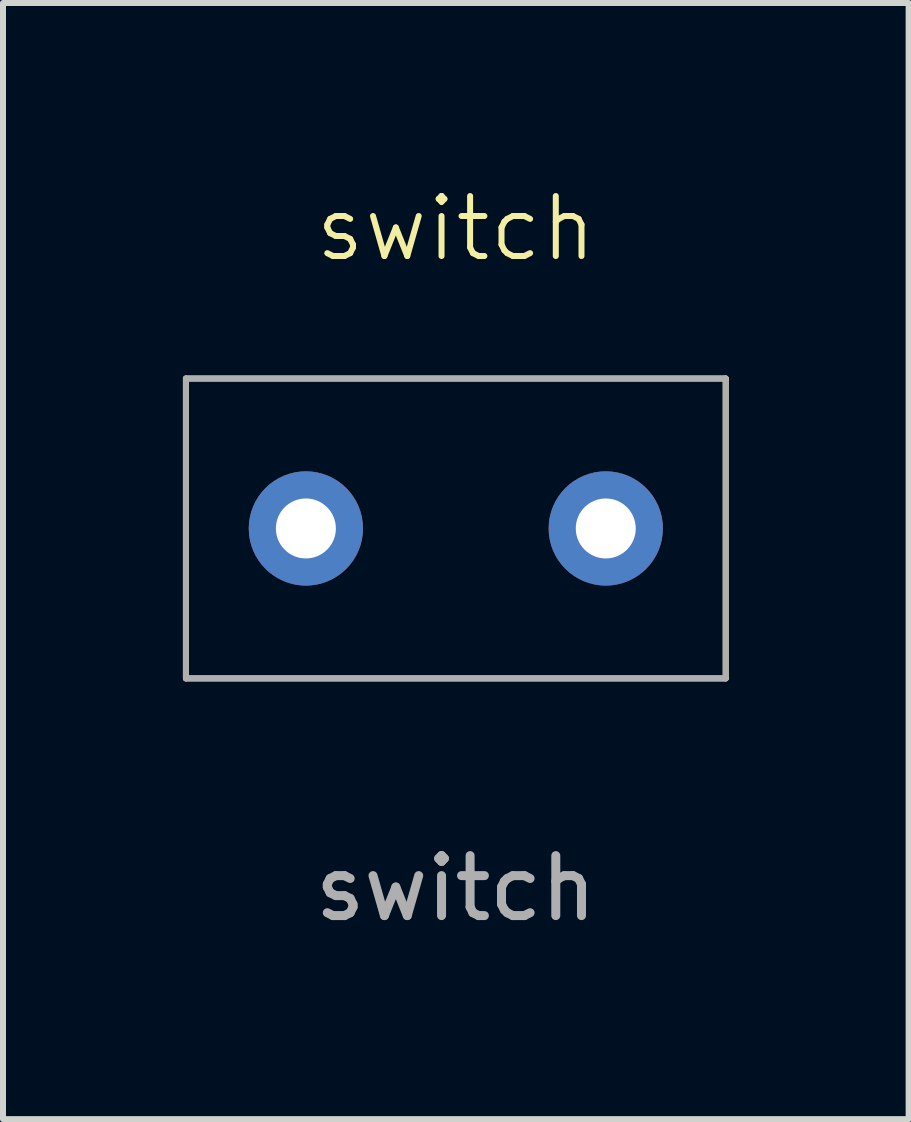
<source format=kicad_pcb>
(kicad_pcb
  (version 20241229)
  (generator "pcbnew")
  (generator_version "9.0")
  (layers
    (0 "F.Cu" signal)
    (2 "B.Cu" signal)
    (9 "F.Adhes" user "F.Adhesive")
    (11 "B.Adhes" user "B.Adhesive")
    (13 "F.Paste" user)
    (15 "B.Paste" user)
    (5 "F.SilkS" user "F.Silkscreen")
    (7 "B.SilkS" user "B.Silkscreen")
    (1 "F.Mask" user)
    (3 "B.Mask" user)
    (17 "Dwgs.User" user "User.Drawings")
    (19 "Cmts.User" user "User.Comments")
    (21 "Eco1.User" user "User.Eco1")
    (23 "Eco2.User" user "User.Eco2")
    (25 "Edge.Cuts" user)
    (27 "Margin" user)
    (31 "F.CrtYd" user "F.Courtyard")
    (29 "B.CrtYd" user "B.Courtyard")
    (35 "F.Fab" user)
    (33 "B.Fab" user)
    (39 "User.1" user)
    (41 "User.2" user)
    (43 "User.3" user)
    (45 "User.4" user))
  (footprint "switch"
    (layer "F.Cu")
    (at 4.55 5.761)
    (property "Reference" "switch" (at 0 -5 0) (unlocked yes) (layer "F.SilkS") (effects (font (size 1 1) (thickness 0.1))))
    (attr smd)
    (fp_line (start -4.5 -2.5) (end 4.5 -2.5) (stroke (width 0.1) (type default)) (layer "F.SilkS"))
    (fp_line (start -4.5 2.5) (end -4.5 -2.5) (stroke (width 0.1) (type default)) (layer "F.SilkS"))
    (fp_line (start 4.5 -2.5) (end 4.5 2.5) (stroke (width 0.1) (type default)) (layer "F.SilkS"))
    (fp_line (start 4.5 2.5) (end -4.5 2.5) (stroke (width 0.1) (type default)) (layer "F.SilkS"))
    (fp_rect (start -4.5 -2.5) (end 4.5 2.5) (stroke (width 0.1) (type default)) (fill no) (layer "F.Fab"))
    (fp_text user "${REFERENCE}" (at 0 6 0) (unlocked yes) (layer "F.Fab") (effects (font (size 1 1) (thickness 0.15))))
    (pad "1" thru_hole circle (at -2.5 0) (size 1.905 1.905) (drill 1) (layers "*.Cu" "*.Mask"))
    (pad "2" thru_hole circle (at 2.5 0) (size 1.905 1.905) (drill 1) (layers "*.Cu" "*.Mask")))
  (gr_rect
    (start -3 -3)
    (end 12.1 15.609)
    (stroke (width 0.1) (type default))
    (fill no)
    (layer "Edge.Cuts")))
</source>
